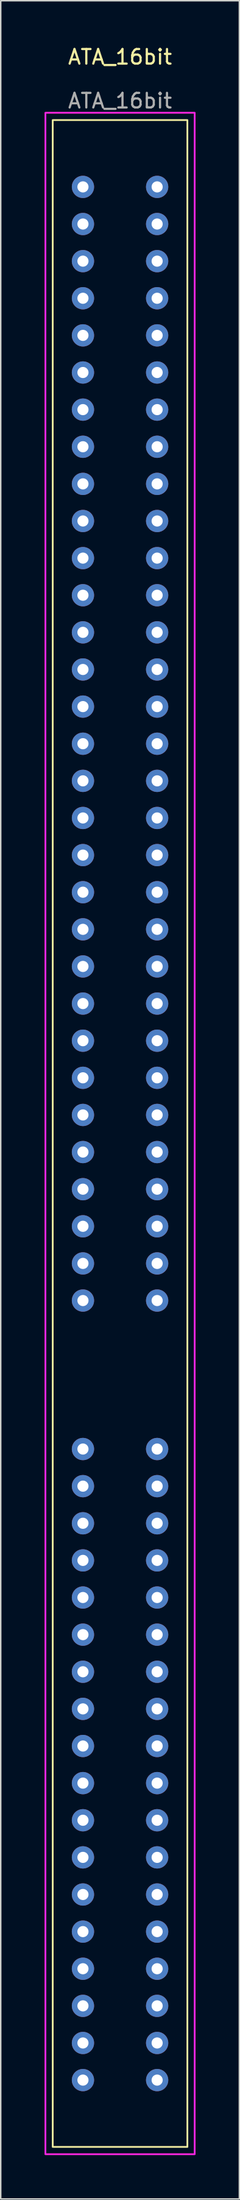
<source format=kicad_pcb>
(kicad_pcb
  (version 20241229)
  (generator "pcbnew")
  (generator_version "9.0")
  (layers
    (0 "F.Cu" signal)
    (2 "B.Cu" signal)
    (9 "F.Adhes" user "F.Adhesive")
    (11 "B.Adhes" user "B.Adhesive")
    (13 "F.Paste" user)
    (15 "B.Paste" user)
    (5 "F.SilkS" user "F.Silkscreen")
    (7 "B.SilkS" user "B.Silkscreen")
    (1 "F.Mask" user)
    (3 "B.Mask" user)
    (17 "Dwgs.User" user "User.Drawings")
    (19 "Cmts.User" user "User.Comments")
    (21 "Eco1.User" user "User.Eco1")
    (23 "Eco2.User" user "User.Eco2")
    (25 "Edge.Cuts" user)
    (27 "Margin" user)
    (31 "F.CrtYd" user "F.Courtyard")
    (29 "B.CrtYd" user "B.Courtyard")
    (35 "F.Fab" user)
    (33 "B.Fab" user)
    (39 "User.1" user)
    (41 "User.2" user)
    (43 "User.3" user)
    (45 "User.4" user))
  (footprint "ATA_16bit"
    (layer "F.Cu")
    (at 5.17 9.738)
    (property "Reference" "ATA_16bit" (at 0 -8.89 0) (unlocked yes) (layer "F.SilkS") (effects (font (size 1 1) (thickness 0.15))))
    (attr through_hole)
    (fp_rect (start -4.61 -4.572) (end 4.61 134.112) (stroke (width 0.12) (type default)) (fill no) (layer "F.SilkS"))
    (fp_rect (start -5.11 -5.072) (end 5.11 134.612) (stroke (width 0.12) (type default)) (fill no) (layer "F.CrtYd"))
    (fp_text user "${REFERENCE}" (at 0 -5.89 0) (unlocked yes) (layer "F.Fab") (effects (font (size 1 1) (thickness 0.15))))
    (pad "1" thru_hole circle (at -2.54 0) (size 1.524 1.524) (drill 0.762) (layers "*.Cu" "*.Mask"))
    (pad "2" thru_hole circle (at -2.54 2.54) (size 1.524 1.524) (drill 0.762) (layers "*.Cu" "*.Mask"))
    (pad "3" thru_hole circle (at -2.54 5.08) (size 1.524 1.524) (drill 0.762) (layers "*.Cu" "*.Mask"))
    (pad "4" thru_hole circle (at -2.54 7.62) (size 1.524 1.524) (drill 0.762) (layers "*.Cu" "*.Mask"))
    (pad "5" thru_hole circle (at -2.54 10.16) (size 1.524 1.524) (drill 0.762) (layers "*.Cu" "*.Mask"))
    (pad "6" thru_hole circle (at -2.54 12.7) (size 1.524 1.524) (drill 0.762) (layers "*.Cu" "*.Mask"))
    (pad "7" thru_hole circle (at -2.54 15.24) (size 1.524 1.524) (drill 0.762) (layers "*.Cu" "*.Mask"))
    (pad "8" thru_hole circle (at -2.54 17.78) (size 1.524 1.524) (drill 0.762) (layers "*.Cu" "*.Mask"))
    (pad "9" thru_hole circle (at -2.54 20.32) (size 1.524 1.524) (drill 0.762) (layers "*.Cu" "*.Mask"))
    (pad "10" thru_hole circle (at -2.54 22.86) (size 1.524 1.524) (drill 0.762) (layers "*.Cu" "*.Mask"))
    (pad "11" thru_hole circle (at -2.54 25.4) (size 1.524 1.524) (drill 0.762) (layers "*.Cu" "*.Mask"))
    (pad "12" thru_hole circle (at -2.54 27.94) (size 1.524 1.524) (drill 0.762) (layers "*.Cu" "*.Mask"))
    (pad "13" thru_hole circle (at -2.54 30.48) (size 1.524 1.524) (drill 0.762) (layers "*.Cu" "*.Mask"))
    (pad "14" thru_hole circle (at -2.54 33.02) (size 1.524 1.524) (drill 0.762) (layers "*.Cu" "*.Mask"))
    (pad "15" thru_hole circle (at -2.54 35.56) (size 1.524 1.524) (drill 0.762) (layers "*.Cu" "*.Mask"))
    (pad "16" thru_hole circle (at -2.54 38.1) (size 1.524 1.524) (drill 0.762) (layers "*.Cu" "*.Mask"))
    (pad "17" thru_hole circle (at -2.54 40.64) (size 1.524 1.524) (drill 0.762) (layers "*.Cu" "*.Mask"))
    (pad "18" thru_hole circle (at -2.54 43.18) (size 1.524 1.524) (drill 0.762) (layers "*.Cu" "*.Mask"))
    (pad "19" thru_hole circle (at -2.54 45.72) (size 1.524 1.524) (drill 0.762) (layers "*.Cu" "*.Mask"))
    (pad "20" thru_hole circle (at -2.54 48.26) (size 1.524 1.524) (drill 0.762) (layers "*.Cu" "*.Mask"))
    (pad "21" thru_hole circle (at -2.54 50.8) (size 1.524 1.524) (drill 0.762) (layers "*.Cu" "*.Mask"))
    (pad "22" thru_hole circle (at -2.54 53.34) (size 1.524 1.524) (drill 0.762) (layers "*.Cu" "*.Mask"))
    (pad "23" thru_hole circle (at -2.54 55.88) (size 1.524 1.524) (drill 0.762) (layers "*.Cu" "*.Mask"))
    (pad "24" thru_hole circle (at -2.54 58.42) (size 1.524 1.524) (drill 0.762) (layers "*.Cu" "*.Mask"))
    (pad "25" thru_hole circle (at -2.54 60.96) (size 1.524 1.524) (drill 0.762) (layers "*.Cu" "*.Mask"))
    (pad "26" thru_hole circle (at -2.54 63.5) (size 1.524 1.524) (drill 0.762) (layers "*.Cu" "*.Mask"))
    (pad "27" thru_hole circle (at -2.54 66.04) (size 1.524 1.524) (drill 0.762) (layers "*.Cu" "*.Mask"))
    (pad "28" thru_hole circle (at -2.54 68.58) (size 1.524 1.524) (drill 0.762) (layers "*.Cu" "*.Mask"))
    (pad "29" thru_hole circle (at -2.54 71.12) (size 1.524 1.524) (drill 0.762) (layers "*.Cu" "*.Mask"))
    (pad "30" thru_hole circle (at -2.54 73.66) (size 1.524 1.524) (drill 0.762) (layers "*.Cu" "*.Mask"))
    (pad "31" thru_hole circle (at -2.54 76.2) (size 1.524 1.524) (drill 0.762) (layers "*.Cu" "*.Mask"))
    (pad "32" thru_hole circle (at 2.54 0) (size 1.524 1.524) (drill 0.762) (layers "*.Cu" "*.Mask"))
    (pad "33" thru_hole circle (at 2.54 2.54) (size 1.524 1.524) (drill 0.762) (layers "*.Cu" "*.Mask"))
    (pad "34" thru_hole circle (at 2.54 5.08) (size 1.524 1.524) (drill 0.762) (layers "*.Cu" "*.Mask"))
    (pad "35" thru_hole circle (at 2.54 7.62) (size 1.524 1.524) (drill 0.762) (layers "*.Cu" "*.Mask"))
    (pad "36" thru_hole circle (at 2.54 10.16) (size 1.524 1.524) (drill 0.762) (layers "*.Cu" "*.Mask"))
    (pad "37" thru_hole circle (at 2.54 12.7) (size 1.524 1.524) (drill 0.762) (layers "*.Cu" "*.Mask"))
    (pad "38" thru_hole circle (at 2.54 15.24) (size 1.524 1.524) (drill 0.762) (layers "*.Cu" "*.Mask"))
    (pad "39" thru_hole circle (at 2.54 17.78) (size 1.524 1.524) (drill 0.762) (layers "*.Cu" "*.Mask"))
    (pad "40" thru_hole circle (at 2.54 20.32) (size 1.524 1.524) (drill 0.762) (layers "*.Cu" "*.Mask"))
    (pad "41" thru_hole circle (at 2.54 22.86) (size 1.524 1.524) (drill 0.762) (layers "*.Cu" "*.Mask"))
    (pad "42" thru_hole circle (at 2.54 25.4) (size 1.524 1.524) (drill 0.762) (layers "*.Cu" "*.Mask"))
    (pad "43" thru_hole circle (at 2.54 27.94) (size 1.524 1.524) (drill 0.762) (layers "*.Cu" "*.Mask"))
    (pad "44" thru_hole circle (at 2.54 30.48) (size 1.524 1.524) (drill 0.762) (layers "*.Cu" "*.Mask"))
    (pad "45" thru_hole circle (at 2.54 33.02) (size 1.524 1.524) (drill 0.762) (layers "*.Cu" "*.Mask"))
    (pad "46" thru_hole circle (at 2.54 35.56) (size 1.524 1.524) (drill 0.762) (layers "*.Cu" "*.Mask"))
    (pad "47" thru_hole circle (at 2.54 38.1) (size 1.524 1.524) (drill 0.762) (layers "*.Cu" "*.Mask"))
    (pad "48" thru_hole circle (at 2.54 40.64) (size 1.524 1.524) (drill 0.762) (layers "*.Cu" "*.Mask"))
    (pad "49" thru_hole circle (at 2.54 43.18) (size 1.524 1.524) (drill 0.762) (layers "*.Cu" "*.Mask"))
    (pad "50" thru_hole circle (at 2.54 45.72) (size 1.524 1.524) (drill 0.762) (layers "*.Cu" "*.Mask"))
    (pad "51" thru_hole circle (at 2.54 48.26) (size 1.524 1.524) (drill 0.762) (layers "*.Cu" "*.Mask"))
    (pad "52" thru_hole circle (at 2.54 50.8) (size 1.524 1.524) (drill 0.762) (layers "*.Cu" "*.Mask"))
    (pad "53" thru_hole circle (at 2.54 53.34) (size 1.524 1.524) (drill 0.762) (layers "*.Cu" "*.Mask"))
    (pad "54" thru_hole circle (at 2.54 55.88) (size 1.524 1.524) (drill 0.762) (layers "*.Cu" "*.Mask"))
    (pad "55" thru_hole circle (at 2.54 58.42) (size 1.524 1.524) (drill 0.762) (layers "*.Cu" "*.Mask"))
    (pad "56" thru_hole circle (at 2.54 60.96) (size 1.524 1.524) (drill 0.762) (layers "*.Cu" "*.Mask"))
    (pad "57" thru_hole circle (at 2.54 63.5) (size 1.524 1.524) (drill 0.762) (layers "*.Cu" "*.Mask"))
    (pad "58" thru_hole circle (at 2.54 66.04) (size 1.524 1.524) (drill 0.762) (layers "*.Cu" "*.Mask"))
    (pad "59" thru_hole circle (at 2.54 68.58) (size 1.524 1.524) (drill 0.762) (layers "*.Cu" "*.Mask"))
    (pad "60" thru_hole circle (at 2.54 71.12) (size 1.524 1.524) (drill 0.762) (layers "*.Cu" "*.Mask"))
    (pad "61" thru_hole circle (at 2.54 73.66) (size 1.524 1.524) (drill 0.762) (layers "*.Cu" "*.Mask"))
    (pad "62" thru_hole circle (at 2.54 76.2) (size 1.524 1.524) (drill 0.762) (layers "*.Cu" "*.Mask"))
    (pad "63" thru_hole circle (at -2.54 86.36) (size 1.524 1.524) (drill 0.762) (layers "*.Cu" "*.Mask"))
    (pad "64" thru_hole circle (at -2.54 88.9) (size 1.524 1.524) (drill 0.762) (layers "*.Cu" "*.Mask"))
    (pad "65" thru_hole circle (at -2.54 91.44) (size 1.524 1.524) (drill 0.762) (layers "*.Cu" "*.Mask"))
    (pad "66" thru_hole circle (at -2.54 93.98) (size 1.524 1.524) (drill 0.762) (layers "*.Cu" "*.Mask"))
    (pad "67" thru_hole circle (at -2.54 96.52) (size 1.524 1.524) (drill 0.762) (layers "*.Cu" "*.Mask"))
    (pad "68" thru_hole circle (at -2.54 99.06) (size 1.524 1.524) (drill 0.762) (layers "*.Cu" "*.Mask"))
    (pad "69" thru_hole circle (at -2.54 101.6) (size 1.524 1.524) (drill 0.762) (layers "*.Cu" "*.Mask"))
    (pad "70" thru_hole circle (at -2.54 104.14) (size 1.524 1.524) (drill 0.762) (layers "*.Cu" "*.Mask"))
    (pad "71" thru_hole circle (at -2.54 106.68) (size 1.524 1.524) (drill 0.762) (layers "*.Cu" "*.Mask"))
    (pad "72" thru_hole circle (at -2.54 109.22) (size 1.524 1.524) (drill 0.762) (layers "*.Cu" "*.Mask"))
    (pad "73" thru_hole circle (at -2.54 111.76) (size 1.524 1.524) (drill 0.762) (layers "*.Cu" "*.Mask"))
    (pad "74" thru_hole circle (at -2.54 114.3) (size 1.524 1.524) (drill 0.762) (layers "*.Cu" "*.Mask"))
    (pad "75" thru_hole circle (at -2.54 116.84) (size 1.524 1.524) (drill 0.762) (layers "*.Cu" "*.Mask"))
    (pad "76" thru_hole circle (at -2.54 119.38) (size 1.524 1.524) (drill 0.762) (layers "*.Cu" "*.Mask"))
    (pad "77" thru_hole circle (at -2.54 121.92) (size 1.524 1.524) (drill 0.762) (layers "*.Cu" "*.Mask"))
    (pad "78" thru_hole circle (at -2.54 124.46) (size 1.524 1.524) (drill 0.762) (layers "*.Cu" "*.Mask"))
    (pad "79" thru_hole circle (at -2.54 127) (size 1.524 1.524) (drill 0.762) (layers "*.Cu" "*.Mask"))
    (pad "80" thru_hole circle (at -2.54 129.54) (size 1.524 1.524) (drill 0.762) (layers "*.Cu" "*.Mask"))
    (pad "81" thru_hole circle (at 2.54 86.36) (size 1.524 1.524) (drill 0.762) (layers "*.Cu" "*.Mask"))
    (pad "82" thru_hole circle (at 2.54 88.9) (size 1.524 1.524) (drill 0.762) (layers "*.Cu" "*.Mask"))
    (pad "83" thru_hole circle (at 2.54 91.44) (size 1.524 1.524) (drill 0.762) (layers "*.Cu" "*.Mask"))
    (pad "84" thru_hole circle (at 2.54 93.98) (size 1.524 1.524) (drill 0.762) (layers "*.Cu" "*.Mask"))
    (pad "85" thru_hole circle (at 2.54 96.52) (size 1.524 1.524) (drill 0.762) (layers "*.Cu" "*.Mask"))
    (pad "86" thru_hole circle (at 2.54 99.06) (size 1.524 1.524) (drill 0.762) (layers "*.Cu" "*.Mask"))
    (pad "87" thru_hole circle (at 2.54 101.6) (size 1.524 1.524) (drill 0.762) (layers "*.Cu" "*.Mask"))
    (pad "88" thru_hole circle (at 2.54 104.14) (size 1.524 1.524) (drill 0.762) (layers "*.Cu" "*.Mask"))
    (pad "89" thru_hole circle (at 2.54 106.68) (size 1.524 1.524) (drill 0.762) (layers "*.Cu" "*.Mask"))
    (pad "90" thru_hole circle (at 2.54 109.22) (size 1.524 1.524) (drill 0.762) (layers "*.Cu" "*.Mask"))
    (pad "91" thru_hole circle (at 2.54 111.76) (size 1.524 1.524) (drill 0.762) (layers "*.Cu" "*.Mask"))
    (pad "92" thru_hole circle (at 2.54 114.3) (size 1.524 1.524) (drill 0.762) (layers "*.Cu" "*.Mask"))
    (pad "93" thru_hole circle (at 2.54 116.84) (size 1.524 1.524) (drill 0.762) (layers "*.Cu" "*.Mask"))
    (pad "94" thru_hole circle (at 2.54 119.38) (size 1.524 1.524) (drill 0.762) (layers "*.Cu" "*.Mask"))
    (pad "95" thru_hole circle (at 2.54 121.92) (size 1.524 1.524) (drill 0.762) (layers "*.Cu" "*.Mask"))
    (pad "96" thru_hole circle (at 2.54 124.46) (size 1.524 1.524) (drill 0.762) (layers "*.Cu" "*.Mask"))
    (pad "97" thru_hole circle (at 2.54 127) (size 1.524 1.524) (drill 0.762) (layers "*.Cu" "*.Mask"))
    (pad "98" thru_hole circle (at 2.54 129.54) (size 1.524 1.524) (drill 0.762) (layers "*.Cu" "*.Mask")))
  (gr_rect
    (start -3 -3)
    (end 13.34 147.41)
    (stroke (width 0.1) (type default))
    (fill no)
    (layer "Edge.Cuts")))
</source>
